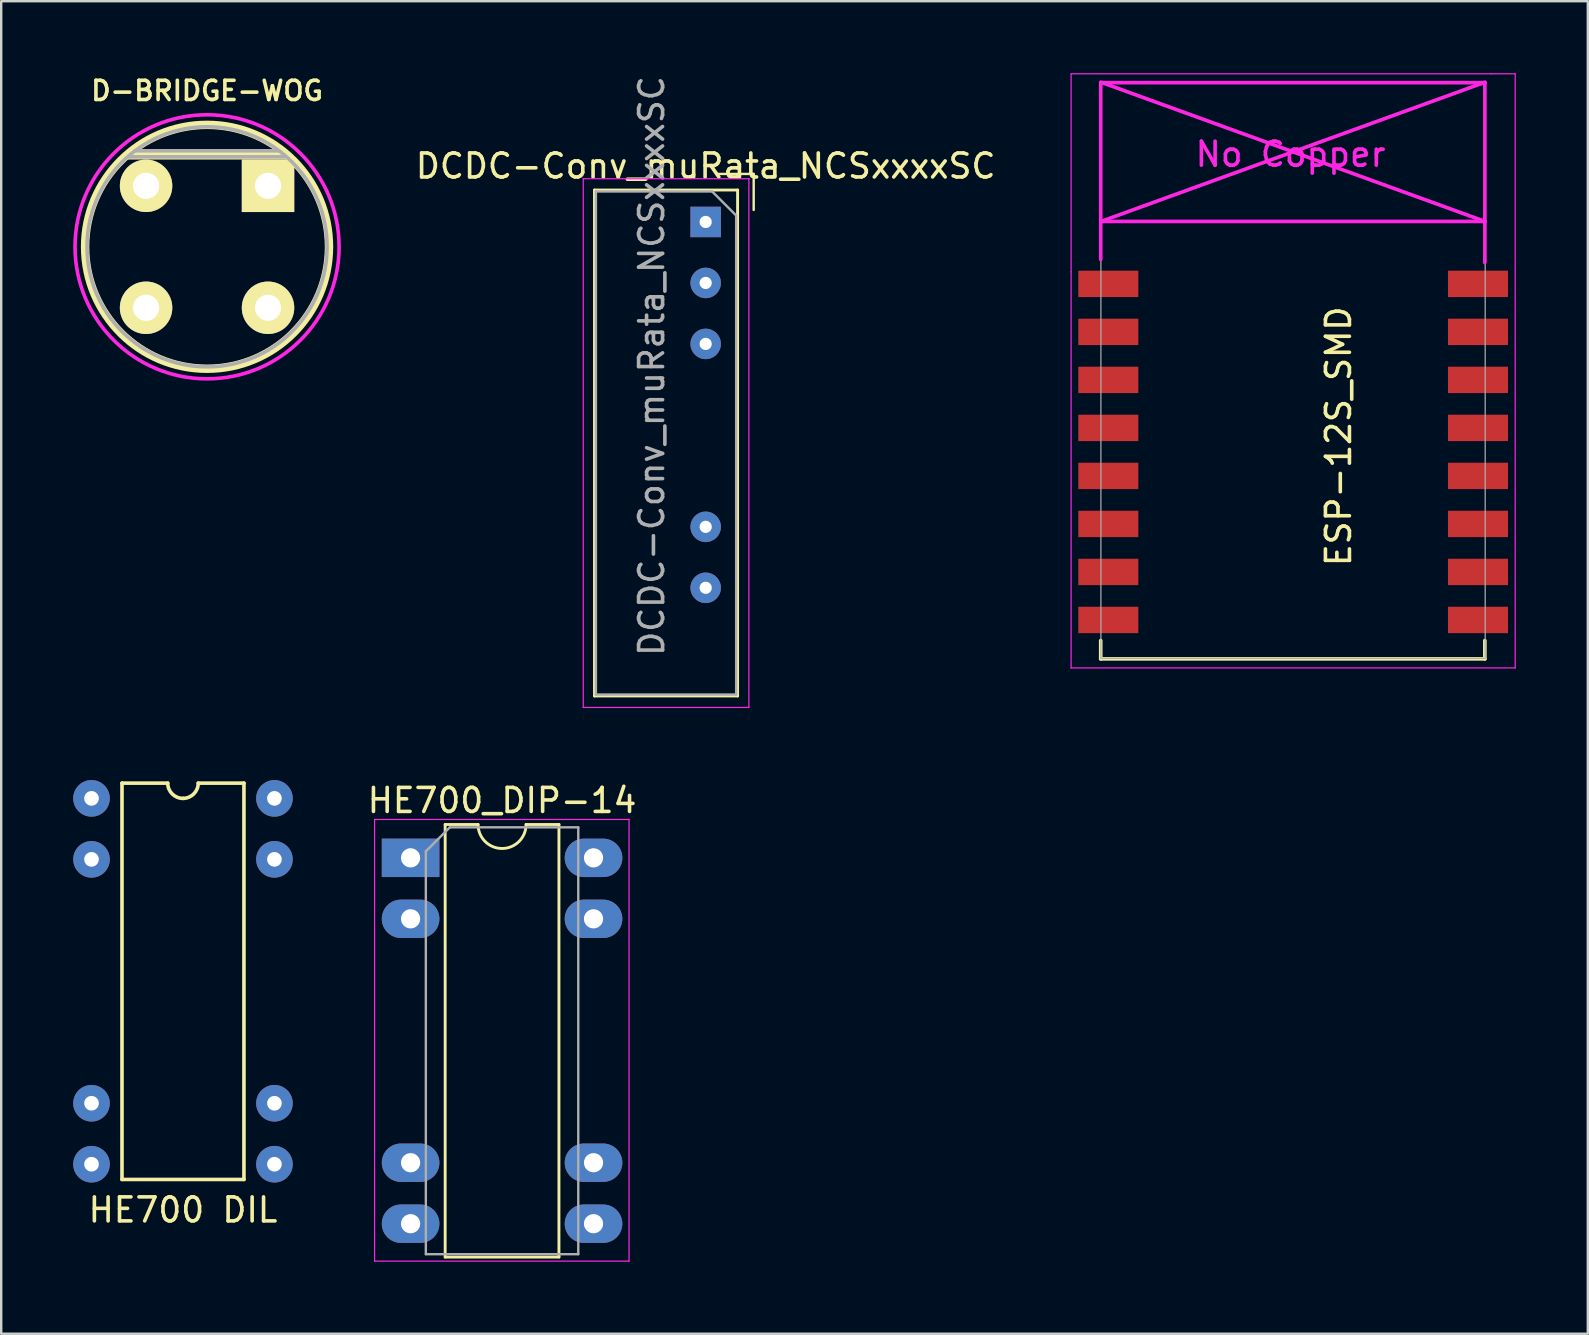
<source format=kicad_pcb>
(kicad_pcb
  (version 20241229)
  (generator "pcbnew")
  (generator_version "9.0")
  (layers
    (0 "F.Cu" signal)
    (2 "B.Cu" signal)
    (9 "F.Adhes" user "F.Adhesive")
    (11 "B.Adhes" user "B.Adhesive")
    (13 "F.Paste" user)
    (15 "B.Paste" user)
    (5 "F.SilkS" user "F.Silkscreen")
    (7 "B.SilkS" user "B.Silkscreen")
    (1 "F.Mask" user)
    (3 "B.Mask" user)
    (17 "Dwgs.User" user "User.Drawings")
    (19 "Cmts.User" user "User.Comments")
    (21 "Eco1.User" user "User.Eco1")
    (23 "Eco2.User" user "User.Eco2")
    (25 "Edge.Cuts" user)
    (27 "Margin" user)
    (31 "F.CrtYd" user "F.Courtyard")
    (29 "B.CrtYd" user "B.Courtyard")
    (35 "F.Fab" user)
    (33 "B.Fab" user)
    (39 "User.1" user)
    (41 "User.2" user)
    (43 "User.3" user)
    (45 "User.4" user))
  (footprint "HE700_DIP-14"
    (layer "F.Cu")
    (at 14.054 32.685)
    (property "Reference" "HE700_DIP-14" (at 3.81 -2.39 0) (layer "F.SilkS") (effects (font (size 1 1) (thickness 0.15))))
    (attr through_hole)
    (fp_line (start 1.44 -1.39) (end 1.44 16.63) (stroke (width 0.12) (type solid)) (layer "F.SilkS"))
    (fp_line (start 1.44 16.63) (end 6.18 16.63) (stroke (width 0.12) (type solid)) (layer "F.SilkS"))
    (fp_line (start 2.81 -1.39) (end 1.44 -1.39) (stroke (width 0.12) (type solid)) (layer "F.SilkS"))
    (fp_line (start 6.18 -1.39) (end 4.81 -1.39) (stroke (width 0.12) (type solid)) (layer "F.SilkS"))
    (fp_line (start 6.18 16.63) (end 6.18 -1.39) (stroke (width 0.12) (type solid)) (layer "F.SilkS"))
    (fp_arc (start 4.81 -1.39) (mid 3.81 -0.39) (end 2.81 -1.39) (stroke (width 0.12) (type solid)) (layer "F.SilkS"))
    (fp_line (start -1.5 -1.6) (end -1.5 16.8) (stroke (width 0.05) (type solid)) (layer "F.CrtYd"))
    (fp_line (start -1.5 16.8) (end 9.1 16.8) (stroke (width 0.05) (type solid)) (layer "F.CrtYd"))
    (fp_line (start 9.1 -1.6) (end -1.5 -1.6) (stroke (width 0.05) (type solid)) (layer "F.CrtYd"))
    (fp_line (start 9.1 16.8) (end 9.1 -1.6) (stroke (width 0.05) (type solid)) (layer "F.CrtYd"))
    (fp_line (start 0.635 -0.27) (end 1.635 -1.27) (stroke (width 0.1) (type solid)) (layer "F.Fab"))
    (fp_line (start 0.635 16.51) (end 0.635 -0.27) (stroke (width 0.1) (type solid)) (layer "F.Fab"))
    (fp_line (start 1.635 -1.27) (end 6.985 -1.27) (stroke (width 0.1) (type solid)) (layer "F.Fab"))
    (fp_line (start 6.985 -1.27) (end 6.985 16.51) (stroke (width 0.1) (type solid)) (layer "F.Fab"))
    (fp_line (start 6.985 16.51) (end 0.635 16.51) (stroke (width 0.1) (type solid)) (layer "F.Fab"))
    (pad "1" thru_hole rect (at 0 0) (size 2.4 1.6) (drill 0.8) (layers "*.Cu" "*.Mask"))
    (pad "2" thru_hole oval (at 0 2.54) (size 2.4 1.6) (drill 0.8) (layers "*.Cu" "*.Mask"))
    (pad "6" thru_hole oval (at 0 12.7) (size 2.4 1.6) (drill 0.8) (layers "*.Cu" "*.Mask"))
    (pad "7" thru_hole oval (at 0 15.24) (size 2.4 1.6) (drill 0.8) (layers "*.Cu" "*.Mask"))
    (pad "8" thru_hole oval (at 7.62 15.24) (size 2.4 1.6) (drill 0.8) (layers "*.Cu" "*.Mask"))
    (pad "9" thru_hole oval (at 7.62 12.7) (size 2.4 1.6) (drill 0.8) (layers "*.Cu" "*.Mask"))
    (pad "13" thru_hole oval (at 7.62 2.54) (size 2.4 1.6) (drill 0.8) (layers "*.Cu" "*.Mask"))
    (pad "14" thru_hole oval (at 7.62 0) (size 2.4 1.6) (drill 0.8) (layers "*.Cu" "*.Mask")))
  (footprint "DCDC-Conv_muRata_NCSxxxxSC"
    (layer "F.Cu")
    (at 26.346 6.196)
    (property "Reference" "DCDC-Conv_muRata_NCSxxxxSC" (at 0 -2.33 0) (layer "F.SilkS") (effects (font (size 1 1) (thickness 0.15))))
    (attr through_hole)
    (fp_line (start -4.632 -1.33) (end -4.632 19.745) (stroke (width 0.12) (type solid)) (layer "F.SilkS"))
    (fp_line (start -4.632 19.745) (end 1.33 19.745) (stroke (width 0.12) (type solid)) (layer "F.SilkS"))
    (fp_line (start 1.33 -1.33) (end -4.632 -1.33) (stroke (width 0.12) (type solid)) (layer "F.SilkS"))
    (fp_line (start 1.33 19.745) (end 1.33 -1.33) (stroke (width 0.12) (type solid)) (layer "F.SilkS"))
    (fp_line (start 2 -2) (end 0.5 -2) (stroke (width 0.1) (type solid)) (layer "F.SilkS"))
    (fp_line (start 2 -2) (end 2 -0.5) (stroke (width 0.1) (type solid)) (layer "F.SilkS"))
    (fp_line (start -5.1 -1.8) (end -5.1 20.225) (stroke (width 0.05) (type solid)) (layer "F.CrtYd"))
    (fp_line (start -5.1 20.225) (end 1.8 20.225) (stroke (width 0.05) (type solid)) (layer "F.CrtYd"))
    (fp_line (start 1.8 -1.8) (end -5.1 -1.8) (stroke (width 0.05) (type solid)) (layer "F.CrtYd"))
    (fp_line (start 1.8 20.225) (end 1.8 -1.8) (stroke (width 0.05) (type solid)) (layer "F.CrtYd"))
    (fp_line (start -4.572 -1.27) (end -4.572 19.685) (stroke (width 0.1) (type solid)) (layer "F.Fab"))
    (fp_line (start -4.572 19.685) (end 1.27 19.685) (stroke (width 0.1) (type solid)) (layer "F.Fab"))
    (fp_line (start 0.27 -1.27) (end -4.572 -1.27) (stroke (width 0.1) (type solid)) (layer "F.Fab"))
    (fp_line (start 0.27 -1.27) (end 1.27 -0.27) (stroke (width 0.1) (type solid)) (layer "F.Fab"))
    (fp_line (start 1.27 19.685) (end 1.27 -0.27) (stroke (width 0.1) (type solid)) (layer "F.Fab"))
    (fp_text user "${REFERENCE}" (at -2.25 6 90) (layer "F.Fab") (effects (font (size 1 1) (thickness 0.15))))
    (pad "1" thru_hole rect (at 0 0) (size 1.27 1.27) (drill 0.508) (layers "*.Cu" "*.Mask"))
    (pad "2" thru_hole oval (at 0 2.54) (size 1.27 1.27) (drill 0.508) (layers "*.Cu" "*.Mask"))
    (pad "3" thru_hole oval (at 0 5.08) (size 1.27 1.27) (drill 0.508) (layers "*.Cu" "*.Mask"))
    (pad "6" thru_hole oval (at 0 12.7) (size 1.27 1.27) (drill 0.508) (layers "*.Cu" "*.Mask"))
    (pad "7" thru_hole oval (at 0 15.24) (size 1.27 1.27) (drill 0.508) (layers "*.Cu" "*.Mask")))
  (footprint "ESP-12S_SMD"
    (layer "F.Cu")
    (at 43.818 8.775)
    (property "Reference" "ESP-12S_SMD" (at 8.89 6.35 90) (layer "F.SilkS") (effects (font (size 1 1) (thickness 0.15))))
    (attr through_hole)
    (fp_line (start -1.016 14.859) (end -1.016 15.621) (stroke (width 0.152) (type solid)) (layer "F.SilkS"))
    (fp_line (start -1.016 15.621) (end 14.986 15.621) (stroke (width 0.152) (type solid)) (layer "F.SilkS"))
    (fp_line (start 14.986 15.621) (end 14.986 14.859) (stroke (width 0.152) (type solid)) (layer "F.SilkS"))
    (fp_line (start -2.25 -8.75) (end 15.25 -8.75) (stroke (width 0.05) (type solid)) (layer "F.CrtYd"))
    (fp_line (start -2.25 -0.5) (end -2.25 -8.75) (stroke (width 0.05) (type solid)) (layer "F.CrtYd"))
    (fp_line (start -2.25 16) (end -2.25 -0.5) (stroke (width 0.05) (type solid)) (layer "F.CrtYd"))
    (fp_line (start -1.016 -8.382) (end -1.016 -1.016) (stroke (width 0.152) (type solid)) (layer "F.CrtYd"))
    (fp_line (start -1.016 -8.382) (end 14.986 -8.382) (stroke (width 0.152) (type solid)) (layer "F.CrtYd"))
    (fp_line (start -1.008 -8.4) (end 14.992 -2.6) (stroke (width 0.152) (type solid)) (layer "F.CrtYd"))
    (fp_line (start -1.008 -2.6) (end 14.992 -2.6) (stroke (width 0.152) (type solid)) (layer "F.CrtYd"))
    (fp_line (start 14.986 -8.382) (end 14.986 -0.889) (stroke (width 0.152) (type solid)) (layer "F.CrtYd"))
    (fp_line (start 14.992 -8.4) (end -1.008 -2.6) (stroke (width 0.152) (type solid)) (layer "F.CrtYd"))
    (fp_line (start 15.25 -8.75) (end 16.25 -8.75) (stroke (width 0.05) (type solid)) (layer "F.CrtYd"))
    (fp_line (start 16.25 -8.75) (end 16.25 16) (stroke (width 0.05) (type solid)) (layer "F.CrtYd"))
    (fp_line (start 16.25 16) (end -2.25 16) (stroke (width 0.05) (type solid)) (layer "F.CrtYd"))
    (fp_line (start -1.008 -8.4) (end 14.992 -8.4) (stroke (width 0.05) (type solid)) (layer "F.Fab"))
    (fp_line (start -1.008 15.6) (end -1.008 -8.4) (stroke (width 0.05) (type solid)) (layer "F.Fab"))
    (fp_line (start 14.992 15.6) (end -1.008 15.6) (stroke (width 0.05) (type solid)) (layer "F.Fab"))
    (fp_line (start 15 -8.4) (end 15 15.6) (stroke (width 0.05) (type solid)) (layer "F.Fab"))
    (fp_text user "No Copper" (at 6.892 -5.4 0) (layer "F.CrtYd") (effects (font (size 1 1) (thickness 0.15))))
    (pad "1" smd rect (at 0 0) (size 2.5 1.1) (drill (offset -0.7 0)) (layers "F.Cu" "F.Mask" "F.Paste"))
    (pad "2" smd rect (at 0 2) (size 2.5 1.1) (drill (offset -0.7 0)) (layers "F.Cu" "F.Mask" "F.Paste"))
    (pad "3" smd rect (at 0 4) (size 2.5 1.1) (drill (offset -0.7 0)) (layers "F.Cu" "F.Mask" "F.Paste"))
    (pad "4" smd rect (at 0 6) (size 2.5 1.1) (drill (offset -0.7 0)) (layers "F.Cu" "F.Mask" "F.Paste"))
    (pad "5" smd rect (at 0 8) (size 2.5 1.1) (drill (offset -0.7 0)) (layers "F.Cu" "F.Mask" "F.Paste"))
    (pad "6" smd rect (at 0 10) (size 2.5 1.1) (drill (offset -0.7 0)) (layers "F.Cu" "F.Mask" "F.Paste"))
    (pad "7" smd rect (at 0 12) (size 2.5 1.1) (drill (offset -0.7 0)) (layers "F.Cu" "F.Mask" "F.Paste"))
    (pad "8" smd rect (at 0 14) (size 2.5 1.1) (drill (offset -0.7 0)) (layers "F.Cu" "F.Mask" "F.Paste"))
    (pad "9" smd rect (at 14 14) (size 2.5 1.1) (drill (offset 0.7 0)) (layers "F.Cu" "F.Mask" "F.Paste"))
    (pad "10" smd rect (at 14 12) (size 2.5 1.1) (drill (offset 0.7 0)) (layers "F.Cu" "F.Mask" "F.Paste"))
    (pad "11" smd rect (at 14 10) (size 2.5 1.1) (drill (offset 0.7 0)) (layers "F.Cu" "F.Mask" "F.Paste"))
    (pad "12" smd rect (at 14 8) (size 2.5 1.1) (drill (offset 0.7 0)) (layers "F.Cu" "F.Mask" "F.Paste"))
    (pad "13" smd rect (at 14 6) (size 2.5 1.1) (drill (offset 0.7 0)) (layers "F.Cu" "F.Mask" "F.Paste"))
    (pad "14" smd rect (at 14 4) (size 2.5 1.1) (drill (offset 0.7 0)) (layers "F.Cu" "F.Mask" "F.Paste"))
    (pad "15" smd rect (at 14 2) (size 2.5 1.1) (drill (offset 0.7 0)) (layers "F.Cu" "F.Mask" "F.Paste"))
    (pad "16" smd rect (at 14 0) (size 2.5 1.1) (drill (offset 0.7 0)) (layers "F.Cu" "F.Mask" "F.Paste")))
  (footprint "HE700 DIL"
    (layer "F.Cu")
    (at 0.762 30.208)
    (property "Reference" "HE700 DIL" (at 3.81 17.145 0) (layer "F.SilkS") (effects (font (size 1 1) (thickness 0.15))))
    (attr through_hole)
    (fp_line (start 1.27 -0.635) (end 1.27 15.875) (stroke (width 0.15) (type solid)) (layer "F.SilkS"))
    (fp_line (start 1.27 -0.635) (end 3.175 -0.635) (stroke (width 0.15) (type solid)) (layer "F.SilkS"))
    (fp_line (start 1.27 15.875) (end 6.35 15.875) (stroke (width 0.15) (type solid)) (layer "F.SilkS"))
    (fp_line (start 6.35 -0.635) (end 4.445 -0.635) (stroke (width 0.15) (type solid)) (layer "F.SilkS"))
    (fp_line (start 6.35 -0.635) (end 6.35 15.875) (stroke (width 0.15) (type solid)) (layer "F.SilkS"))
    (fp_arc (start 3.81 0) (mid 3.360987 -0.185987) (end 3.175 -0.635) (stroke (width 0.15) (type solid)) (layer "F.SilkS"))
    (fp_arc (start 4.445 -0.635) (mid 4.259013 -0.185987) (end 3.81 0) (stroke (width 0.15) (type solid)) (layer "F.SilkS"))
    (pad "1" thru_hole circle (at 0 0) (size 1.524 1.524) (drill 0.61) (layers "*.Cu" "*.Mask"))
    (pad "2" thru_hole circle (at 0 2.54) (size 1.524 1.524) (drill 0.61) (layers "*.Cu" "*.Mask"))
    (pad "3" thru_hole circle (at 0 12.7) (size 1.524 1.524) (drill 0.61) (layers "*.Cu" "*.Mask"))
    (pad "4" thru_hole circle (at 0 15.24) (size 1.524 1.524) (drill 0.61) (layers "*.Cu" "*.Mask"))
    (pad "5" thru_hole circle (at 7.62 15.24) (size 1.524 1.524) (drill 0.61) (layers "*.Cu" "*.Mask"))
    (pad "6" thru_hole circle (at 7.62 12.7) (size 1.524 1.524) (drill 0.61) (layers "*.Cu" "*.Mask"))
    (pad "7" thru_hole circle (at 7.62 2.54) (size 1.524 1.524) (drill 0.61) (layers "*.Cu" "*.Mask"))
    (pad "8" thru_hole circle (at 7.62 0) (size 1.524 1.524) (drill 0.61) (layers "*.Cu" "*.Mask")))
  (footprint "D-BRIDGE-WOG"
    (layer "F.Cu")
    (at 5.575 7.231)
    (property "Reference" "D-BRIDGE-WOG" (at 0 -6.5 0) (layer "F.SilkS") (effects (font (size 0.8 0.8) (thickness 0.15))))
    (attr through_hole)
    (fp_line (start -3.302 -3.81) (end 3.302 -3.81) (stroke (width 0.35) (type solid)) (layer "F.SilkS"))
    (fp_circle (center 0 0) (end 0 -5.08) (stroke (width 0.35) (type solid)) (fill no) (layer "F.SilkS"))
    (fp_circle (center 0 0) (end 5.5 0) (stroke (width 0.15) (type solid)) (fill no) (layer "F.CrtYd"))
    (fp_line (start -3 -4) (end 3 -4) (stroke (width 0.15) (type solid)) (layer "F.Fab"))
    (fp_line (start 3.25 -3.75) (end -3.25 -3.75) (stroke (width 0.15) (type solid)) (layer "F.Fab"))
    (fp_circle (center 0 0) (end 5 0) (stroke (width 0.15) (type solid)) (fill no) (layer "F.Fab"))
    (pad "1" thru_hole rect (at 2.54 -2.54) (size 2.184 2.184) (drill 1.092) (layers "*.Cu" "*.Mask" "F.SilkS"))
    (pad "2" thru_hole circle (at 2.54 2.54) (size 2.184 2.184) (drill 1.092) (layers "*.Cu" "*.Mask" "F.SilkS"))
    (pad "3" thru_hole circle (at -2.54 2.54) (size 2.184 2.184) (drill 1.092) (layers "*.Cu" "*.Mask" "F.SilkS"))
    (pad "4" thru_hole circle (at -2.54 -2.54) (size 2.184 2.184) (drill 1.092) (layers "*.Cu" "*.Mask" "F.SilkS")))
  (gr_rect
    (start -3 -3)
    (end 63.093 52.51)
    (stroke (width 0.1) (type default))
    (fill no)
    (layer "Edge.Cuts")))
</source>
